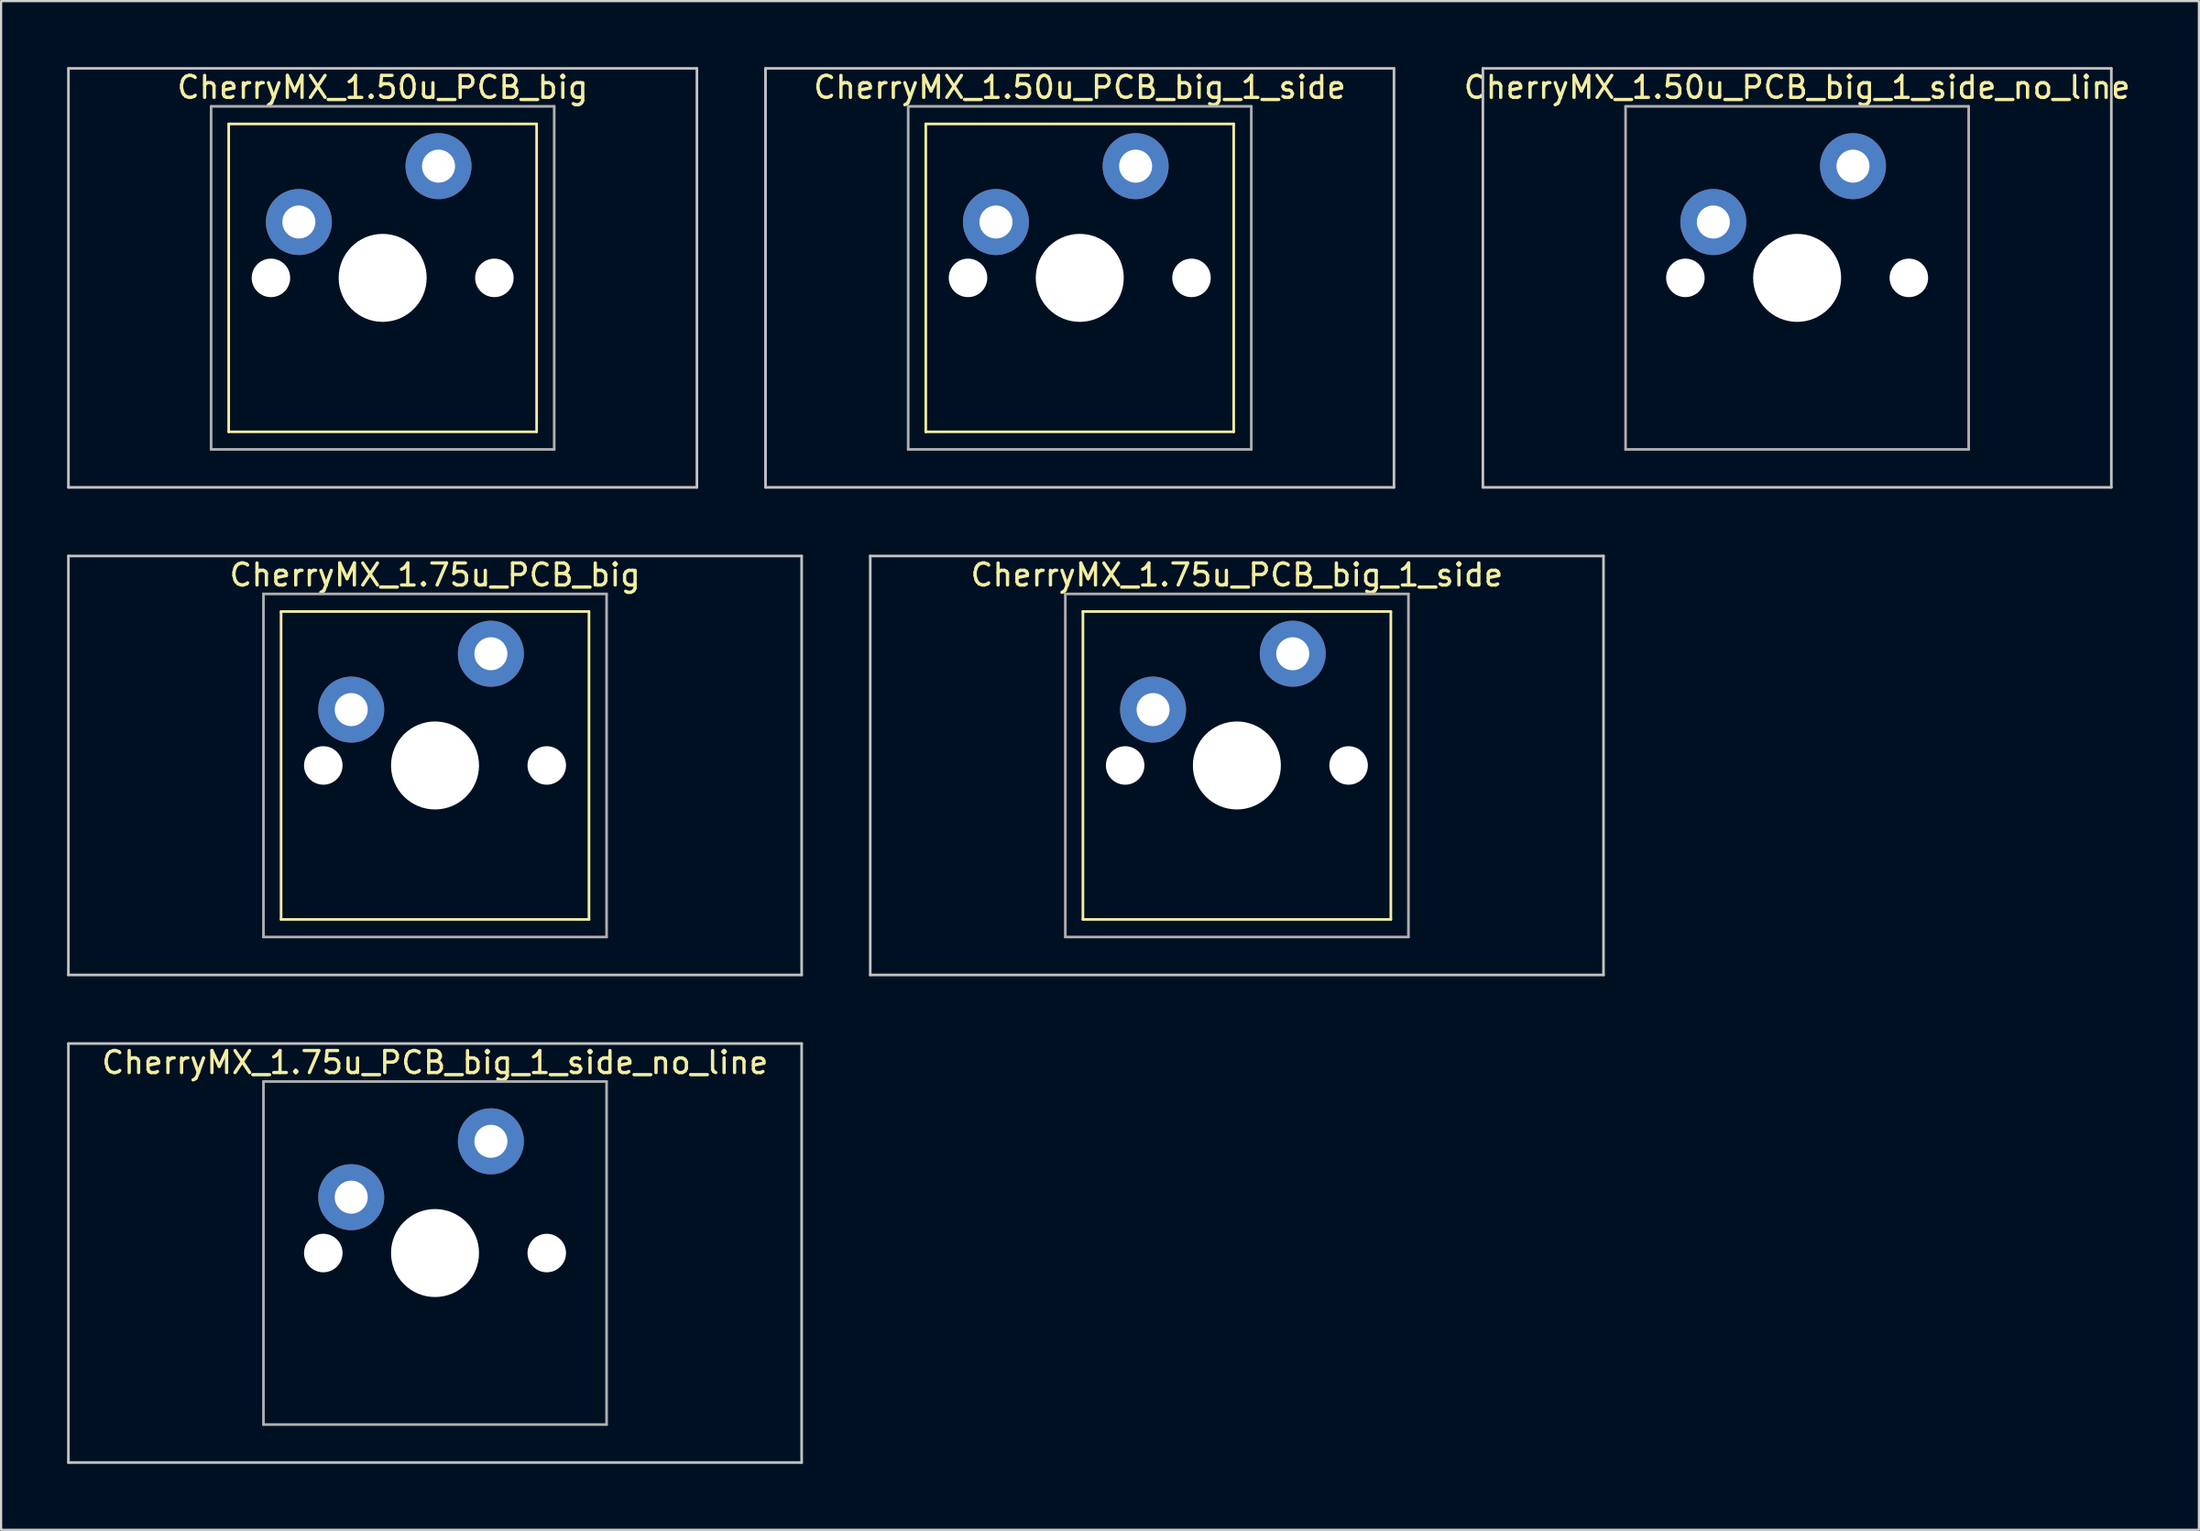
<source format=kicad_pcb>
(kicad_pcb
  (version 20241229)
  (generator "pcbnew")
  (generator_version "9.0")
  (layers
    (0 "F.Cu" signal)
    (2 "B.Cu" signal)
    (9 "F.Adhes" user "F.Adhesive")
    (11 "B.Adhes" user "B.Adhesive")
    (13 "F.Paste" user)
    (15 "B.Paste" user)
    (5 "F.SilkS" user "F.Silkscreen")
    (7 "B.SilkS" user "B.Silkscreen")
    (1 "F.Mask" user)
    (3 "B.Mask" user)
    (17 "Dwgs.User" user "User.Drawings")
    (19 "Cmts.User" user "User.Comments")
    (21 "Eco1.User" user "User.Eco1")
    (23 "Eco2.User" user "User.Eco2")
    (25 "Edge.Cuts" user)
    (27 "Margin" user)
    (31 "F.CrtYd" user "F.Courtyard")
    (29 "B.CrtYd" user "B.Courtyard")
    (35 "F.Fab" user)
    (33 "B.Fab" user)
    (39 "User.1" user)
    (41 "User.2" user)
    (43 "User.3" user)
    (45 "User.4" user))
  (footprint "CherryMX_1.75u_PCB_big_1_side"
    (layer "F.Cu")
    (at 53.186 31.755)
    (property "Reference" "CherryMX_1.75u_PCB_big_1_side" (at 0 -8.662 0) (layer "F.SilkS") (effects (font (size 1 1) (thickness 0.15))))
    (attr through_hole)
    (fp_line (start -7 -7) (end -7 7) (stroke (width 0.12) (type solid)) (layer "F.SilkS"))
    (fp_line (start -7 -7) (end 7 -7) (stroke (width 0.12) (type solid)) (layer "F.SilkS"))
    (fp_line (start 7 -7) (end 7 7) (stroke (width 0.12) (type solid)) (layer "F.SilkS"))
    (fp_line (start 7 7) (end -7 7) (stroke (width 0.12) (type solid)) (layer "F.SilkS"))
    (fp_line (start -16.669 -9.525) (end 16.669 -9.525) (stroke (width 0.12) (type solid)) (layer "Dwgs.User"))
    (fp_line (start -16.669 9.525) (end -16.669 -9.525) (stroke (width 0.12) (type solid)) (layer "Dwgs.User"))
    (fp_line (start 16.669 -9.525) (end 16.669 9.525) (stroke (width 0.12) (type solid)) (layer "Dwgs.User"))
    (fp_line (start 16.669 9.525) (end -16.669 9.525) (stroke (width 0.12) (type solid)) (layer "Dwgs.User"))
    (fp_line (start -7.8 -7.8) (end -7.8 7.8) (stroke (width 0.12) (type solid)) (layer "F.Fab"))
    (fp_line (start -7.8 -7.8) (end 7.8 -7.8) (stroke (width 0.12) (type solid)) (layer "F.Fab"))
    (fp_line (start -7.8 7.8) (end 7.8 7.8) (stroke (width 0.12) (type solid)) (layer "F.Fab"))
    (fp_line (start 7.8 -7.8) (end 7.8 7.8) (stroke (width 0.12) (type solid)) (layer "F.Fab"))
    (pad "" np_thru_hole circle (at -5.08 0) (size 1.75 1.75) (drill 1.75) (layers "*.Cu" "*.Mask"))
    (pad "" np_thru_hole circle (at 0 0) (size 4 4) (drill 4) (layers "*.Cu" "*.Mask"))
    (pad "" np_thru_hole circle (at 5.08 0) (size 1.75 1.75) (drill 1.75) (layers "*.Cu" "*.Mask"))
    (pad "1" thru_hole circle (at -3.81 -2.54) (size 3 3) (drill 1.5) (layers "*.Cu" "B.Mask"))
    (pad "2" thru_hole circle (at 2.54 -5.08) (size 3 3) (drill 1.5) (layers "*.Cu" "B.Mask")))
  (footprint "CherryMX_1.75u_PCB_big"
    (layer "F.Cu")
    (at 16.729 31.755)
    (property "Reference" "CherryMX_1.75u_PCB_big" (at 0 -8.662 0) (layer "F.SilkS") (effects (font (size 1 1) (thickness 0.15))))
    (attr through_hole)
    (fp_line (start -7 -7) (end -7 7) (stroke (width 0.12) (type solid)) (layer "F.SilkS"))
    (fp_line (start -7 -7) (end 7 -7) (stroke (width 0.12) (type solid)) (layer "F.SilkS"))
    (fp_line (start 7 -7) (end 7 7) (stroke (width 0.12) (type solid)) (layer "F.SilkS"))
    (fp_line (start 7 7) (end -7 7) (stroke (width 0.12) (type solid)) (layer "F.SilkS"))
    (fp_line (start -16.669 -9.525) (end 16.669 -9.525) (stroke (width 0.12) (type solid)) (layer "Dwgs.User"))
    (fp_line (start -16.669 9.525) (end -16.669 -9.525) (stroke (width 0.12) (type solid)) (layer "Dwgs.User"))
    (fp_line (start 16.669 -9.525) (end 16.669 9.525) (stroke (width 0.12) (type solid)) (layer "Dwgs.User"))
    (fp_line (start 16.669 9.525) (end -16.669 9.525) (stroke (width 0.12) (type solid)) (layer "Dwgs.User"))
    (fp_line (start -7.8 -7.8) (end -7.8 7.8) (stroke (width 0.12) (type solid)) (layer "F.Fab"))
    (fp_line (start -7.8 -7.8) (end 7.8 -7.8) (stroke (width 0.12) (type solid)) (layer "F.Fab"))
    (fp_line (start -7.8 7.8) (end 7.8 7.8) (stroke (width 0.12) (type solid)) (layer "F.Fab"))
    (fp_line (start 7.8 -7.8) (end 7.8 7.8) (stroke (width 0.12) (type solid)) (layer "F.Fab"))
    (pad "" np_thru_hole circle (at -5.08 0) (size 1.75 1.75) (drill 1.75) (layers "*.Cu" "*.Mask"))
    (pad "" np_thru_hole circle (at 0 0) (size 4 4) (drill 4) (layers "*.Cu" "*.Mask"))
    (pad "" np_thru_hole circle (at 5.08 0) (size 1.75 1.75) (drill 1.75) (layers "*.Cu" "*.Mask"))
    (pad "1" thru_hole circle (at -3.81 -2.54) (size 3 3) (drill 1.5) (layers "*.Cu" "*.Mask"))
    (pad "2" thru_hole circle (at 2.54 -5.08) (size 3 3) (drill 1.5) (layers "*.Cu" "*.Mask")))
  (footprint "CherryMX_1.50u_PCB_big"
    (layer "F.Cu")
    (at 14.348 9.585)
    (property "Reference" "CherryMX_1.50u_PCB_big" (at 0 -8.662 0) (layer "F.SilkS") (effects (font (size 1 1) (thickness 0.15))))
    (attr through_hole)
    (fp_line (start -7 -7) (end -7 7) (stroke (width 0.12) (type solid)) (layer "F.SilkS"))
    (fp_line (start -7 -7) (end 7 -7) (stroke (width 0.12) (type solid)) (layer "F.SilkS"))
    (fp_line (start 7 -7) (end 7 7) (stroke (width 0.12) (type solid)) (layer "F.SilkS"))
    (fp_line (start 7 7) (end -7 7) (stroke (width 0.12) (type solid)) (layer "F.SilkS"))
    (fp_line (start -14.287 -9.525) (end 14.287 -9.525) (stroke (width 0.12) (type solid)) (layer "Dwgs.User"))
    (fp_line (start -14.287 9.525) (end -14.287 -9.525) (stroke (width 0.12) (type solid)) (layer "Dwgs.User"))
    (fp_line (start 14.287 -9.525) (end 14.287 9.525) (stroke (width 0.12) (type solid)) (layer "Dwgs.User"))
    (fp_line (start 14.287 9.525) (end -14.287 9.525) (stroke (width 0.12) (type solid)) (layer "Dwgs.User"))
    (fp_line (start -7.8 -7.8) (end -7.8 7.8) (stroke (width 0.12) (type solid)) (layer "F.Fab"))
    (fp_line (start -7.8 -7.8) (end 7.8 -7.8) (stroke (width 0.12) (type solid)) (layer "F.Fab"))
    (fp_line (start -7.8 7.8) (end 7.8 7.8) (stroke (width 0.12) (type solid)) (layer "F.Fab"))
    (fp_line (start 7.8 -7.8) (end 7.8 7.8) (stroke (width 0.12) (type solid)) (layer "F.Fab"))
    (pad "" np_thru_hole circle (at -5.08 0) (size 1.75 1.75) (drill 1.75) (layers "*.Cu" "*.Mask"))
    (pad "" np_thru_hole circle (at 0 0) (size 4 4) (drill 4) (layers "*.Cu" "*.Mask"))
    (pad "" np_thru_hole circle (at 5.08 0) (size 1.75 1.75) (drill 1.75) (layers "*.Cu" "*.Mask"))
    (pad "1" thru_hole circle (at -3.81 -2.54) (size 3 3) (drill 1.5) (layers "*.Cu" "*.Mask"))
    (pad "2" thru_hole circle (at 2.54 -5.08) (size 3 3) (drill 1.5) (layers "*.Cu" "*.Mask")))
  (footprint "CherryMX_1.50u_PCB_big_1_side"
    (layer "F.Cu")
    (at 46.042 9.585)
    (property "Reference" "CherryMX_1.50u_PCB_big_1_side" (at 0 -8.662 0) (layer "F.SilkS") (effects (font (size 1 1) (thickness 0.15))))
    (attr through_hole)
    (fp_line (start -7 -7) (end -7 7) (stroke (width 0.12) (type solid)) (layer "F.SilkS"))
    (fp_line (start -7 -7) (end 7 -7) (stroke (width 0.12) (type solid)) (layer "F.SilkS"))
    (fp_line (start 7 -7) (end 7 7) (stroke (width 0.12) (type solid)) (layer "F.SilkS"))
    (fp_line (start 7 7) (end -7 7) (stroke (width 0.12) (type solid)) (layer "F.SilkS"))
    (fp_line (start -14.287 -9.525) (end 14.287 -9.525) (stroke (width 0.12) (type solid)) (layer "Dwgs.User"))
    (fp_line (start -14.287 9.525) (end -14.287 -9.525) (stroke (width 0.12) (type solid)) (layer "Dwgs.User"))
    (fp_line (start 14.287 -9.525) (end 14.287 9.525) (stroke (width 0.12) (type solid)) (layer "Dwgs.User"))
    (fp_line (start 14.287 9.525) (end -14.287 9.525) (stroke (width 0.12) (type solid)) (layer "Dwgs.User"))
    (fp_line (start -7.8 -7.8) (end -7.8 7.8) (stroke (width 0.12) (type solid)) (layer "F.Fab"))
    (fp_line (start -7.8 -7.8) (end 7.8 -7.8) (stroke (width 0.12) (type solid)) (layer "F.Fab"))
    (fp_line (start -7.8 7.8) (end 7.8 7.8) (stroke (width 0.12) (type solid)) (layer "F.Fab"))
    (fp_line (start 7.8 -7.8) (end 7.8 7.8) (stroke (width 0.12) (type solid)) (layer "F.Fab"))
    (pad "" np_thru_hole circle (at -5.08 0) (size 1.75 1.75) (drill 1.75) (layers "*.Cu" "*.Mask"))
    (pad "" np_thru_hole circle (at 0 0) (size 4 4) (drill 4) (layers "*.Cu" "*.Mask"))
    (pad "" np_thru_hole circle (at 5.08 0) (size 1.75 1.75) (drill 1.75) (layers "*.Cu" "*.Mask"))
    (pad "1" thru_hole circle (at -3.81 -2.54) (size 3 3) (drill 1.5) (layers "*.Cu" "B.Mask"))
    (pad "2" thru_hole circle (at 2.54 -5.08) (size 3 3) (drill 1.5) (layers "*.Cu" "B.Mask")))
  (footprint "CherryMX_1.75u_PCB_big_1_side_no_line"
    (layer "F.Cu")
    (at 16.729 53.925)
    (property "Reference" "CherryMX_1.75u_PCB_big_1_side_no_line" (at 0 -8.662 0) (layer "F.SilkS") (effects (font (size 1 1) (thickness 0.15))))
    (attr through_hole)
    (fp_line (start -16.669 -9.525) (end 16.669 -9.525) (stroke (width 0.12) (type solid)) (layer "Dwgs.User"))
    (fp_line (start -16.669 9.525) (end -16.669 -9.525) (stroke (width 0.12) (type solid)) (layer "Dwgs.User"))
    (fp_line (start 16.669 -9.525) (end 16.669 9.525) (stroke (width 0.12) (type solid)) (layer "Dwgs.User"))
    (fp_line (start 16.669 9.525) (end -16.669 9.525) (stroke (width 0.12) (type solid)) (layer "Dwgs.User"))
    (fp_line (start -7.8 -7.8) (end -7.8 7.8) (stroke (width 0.12) (type solid)) (layer "F.Fab"))
    (fp_line (start -7.8 -7.8) (end 7.8 -7.8) (stroke (width 0.12) (type solid)) (layer "F.Fab"))
    (fp_line (start -7.8 7.8) (end 7.8 7.8) (stroke (width 0.12) (type solid)) (layer "F.Fab"))
    (fp_line (start 7.8 -7.8) (end 7.8 7.8) (stroke (width 0.12) (type solid)) (layer "F.Fab"))
    (pad "" np_thru_hole circle (at -5.08 0) (size 1.75 1.75) (drill 1.75) (layers "*.Cu" "*.Mask"))
    (pad "" np_thru_hole circle (at 0 0) (size 4 4) (drill 4) (layers "*.Cu" "*.Mask"))
    (pad "" np_thru_hole circle (at 5.08 0) (size 1.75 1.75) (drill 1.75) (layers "*.Cu" "*.Mask"))
    (pad "1" thru_hole circle (at -3.81 -2.54) (size 3 3) (drill 1.5) (layers "*.Cu" "B.Mask"))
    (pad "2" thru_hole circle (at 2.54 -5.08) (size 3 3) (drill 1.5) (layers "*.Cu" "B.Mask")))
  (footprint "CherryMX_1.50u_PCB_big_1_side_no_line"
    (layer "F.Cu")
    (at 78.658 9.585)
    (property "Reference" "CherryMX_1.50u_PCB_big_1_side_no_line" (at 0 -8.662 0) (layer "F.SilkS") (effects (font (size 1 1) (thickness 0.15))))
    (attr through_hole)
    (fp_line (start -14.287 -9.525) (end 14.287 -9.525) (stroke (width 0.12) (type solid)) (layer "Dwgs.User"))
    (fp_line (start -14.287 9.525) (end -14.287 -9.525) (stroke (width 0.12) (type solid)) (layer "Dwgs.User"))
    (fp_line (start 14.287 -9.525) (end 14.287 9.525) (stroke (width 0.12) (type solid)) (layer "Dwgs.User"))
    (fp_line (start 14.287 9.525) (end -14.287 9.525) (stroke (width 0.12) (type solid)) (layer "Dwgs.User"))
    (fp_line (start -7.8 -7.8) (end -7.8 7.8) (stroke (width 0.12) (type solid)) (layer "F.Fab"))
    (fp_line (start -7.8 -7.8) (end 7.8 -7.8) (stroke (width 0.12) (type solid)) (layer "F.Fab"))
    (fp_line (start -7.8 7.8) (end 7.8 7.8) (stroke (width 0.12) (type solid)) (layer "F.Fab"))
    (fp_line (start 7.8 -7.8) (end 7.8 7.8) (stroke (width 0.12) (type solid)) (layer "F.Fab"))
    (pad "" np_thru_hole circle (at -5.08 0) (size 1.75 1.75) (drill 1.75) (layers "*.Cu" "*.Mask"))
    (pad "" np_thru_hole circle (at 0 0) (size 4 4) (drill 4) (layers "*.Cu" "*.Mask"))
    (pad "" np_thru_hole circle (at 5.08 0) (size 1.75 1.75) (drill 1.75) (layers "*.Cu" "*.Mask"))
    (pad "1" thru_hole circle (at -3.81 -2.54) (size 3 3) (drill 1.5) (layers "*.Cu" "B.Mask"))
    (pad "2" thru_hole circle (at 2.54 -5.08) (size 3 3) (drill 1.5) (layers "*.Cu" "B.Mask")))
  (gr_rect
    (start -3 -3)
    (end 96.926 66.51)
    (stroke (width 0.1) (type default))
    (fill no)
    (layer "Edge.Cuts")))
</source>
